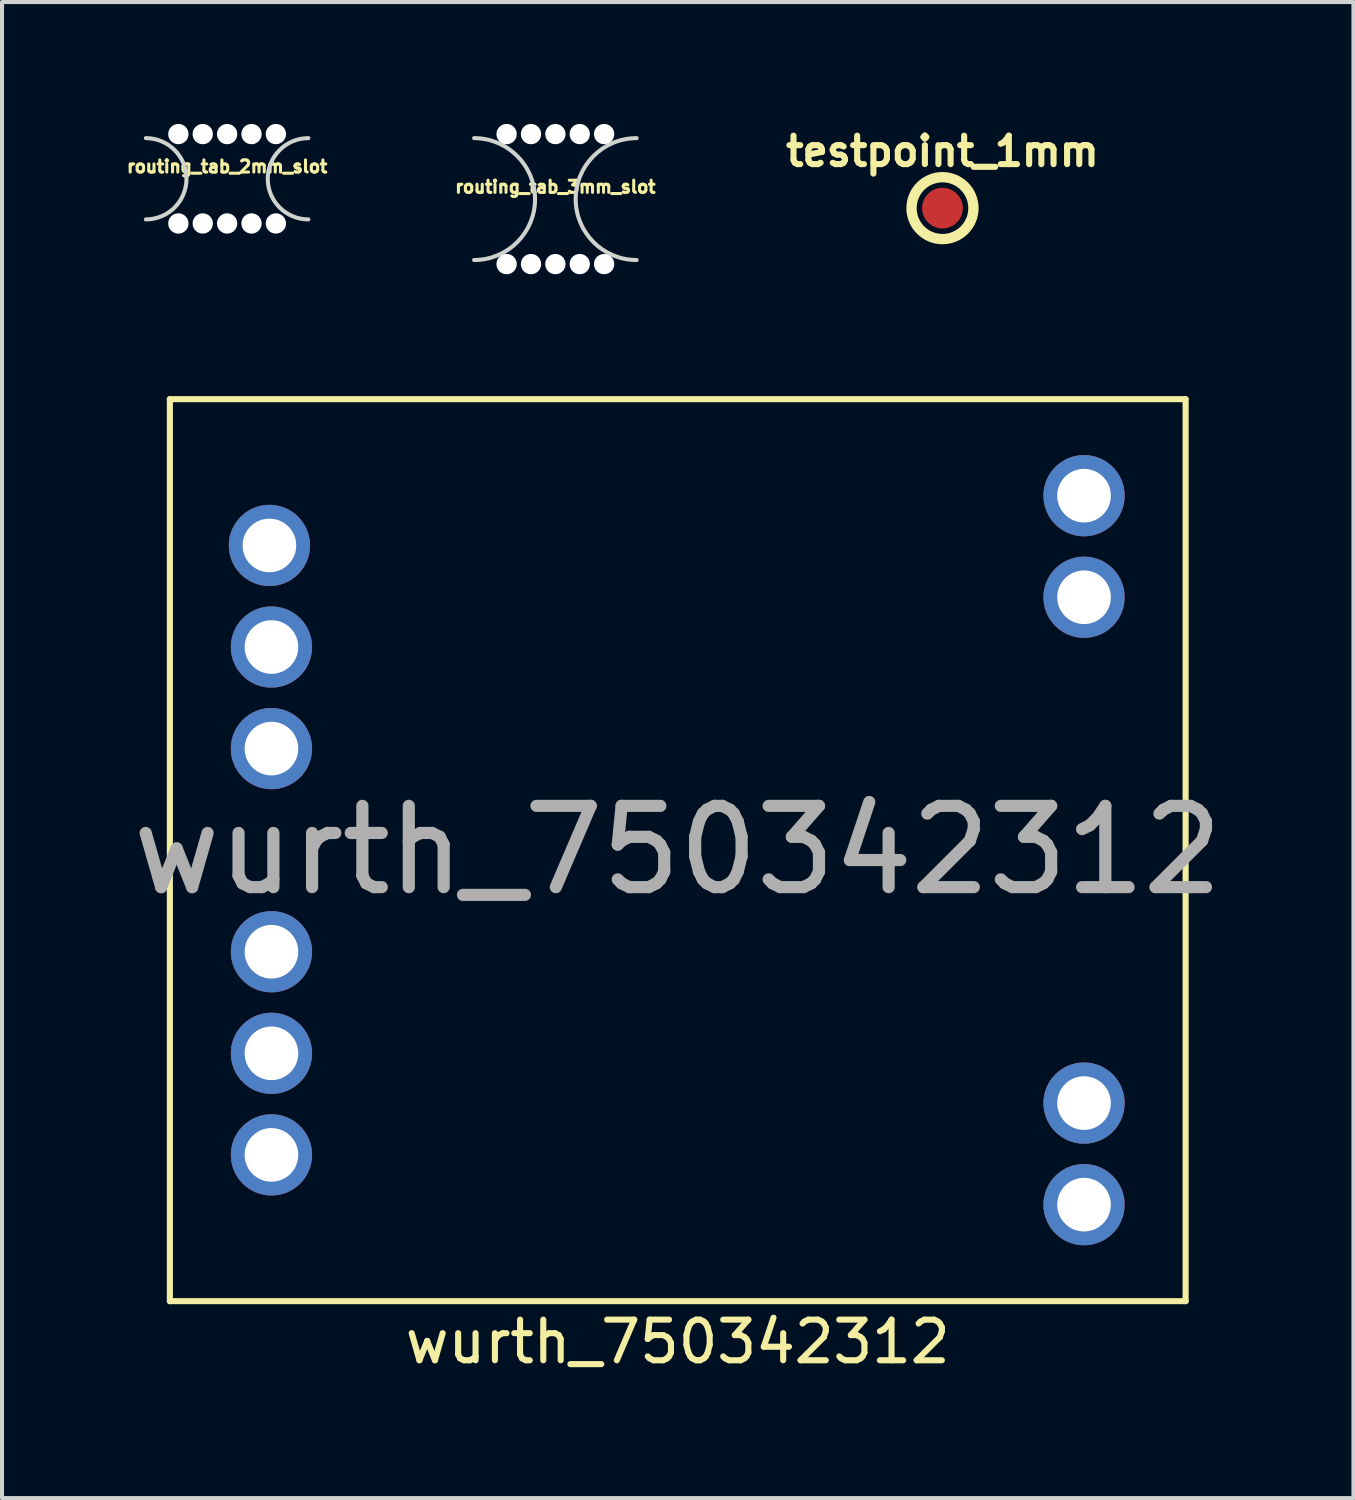
<source format=kicad_pcb>
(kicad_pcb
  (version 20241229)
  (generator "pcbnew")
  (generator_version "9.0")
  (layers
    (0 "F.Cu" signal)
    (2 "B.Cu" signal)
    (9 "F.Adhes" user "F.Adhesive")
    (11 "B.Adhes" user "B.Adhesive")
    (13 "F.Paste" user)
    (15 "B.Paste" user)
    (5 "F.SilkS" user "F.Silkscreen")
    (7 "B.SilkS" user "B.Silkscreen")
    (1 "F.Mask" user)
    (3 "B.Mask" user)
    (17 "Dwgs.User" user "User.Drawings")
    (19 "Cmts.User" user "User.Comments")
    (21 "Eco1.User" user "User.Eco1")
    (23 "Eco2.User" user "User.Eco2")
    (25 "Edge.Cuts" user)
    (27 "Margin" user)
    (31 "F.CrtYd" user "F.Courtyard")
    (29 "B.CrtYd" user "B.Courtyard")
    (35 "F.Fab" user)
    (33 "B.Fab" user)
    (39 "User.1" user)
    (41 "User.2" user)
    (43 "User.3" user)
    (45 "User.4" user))
  (footprint "wurth_750342312"
    (layer "F.Cu")
    (at 13.631 17.875)
    (property "Reference" "wurth_750342312" (at 0 12.1 0) (layer "F.SilkS") (effects (font (size 1 1) (thickness 0.15))))
    (attr through_hole)
    (fp_line (start -12.5 -11.1) (end -12.5 11.1) (stroke (width 0.15) (type solid)) (layer "F.SilkS"))
    (fp_line (start -12.5 11.1) (end 12.5 11.1) (stroke (width 0.15) (type solid)) (layer "F.SilkS"))
    (fp_line (start 12.5 -11.1) (end -12.5 -11.1) (stroke (width 0.15) (type solid)) (layer "F.SilkS"))
    (fp_line (start 12.5 11.1) (end 12.5 -11.1) (stroke (width 0.15) (type solid)) (layer "F.SilkS"))
    (fp_text user "${REFERENCE}" (at 0 0 0) (layer "F.Fab") (effects (font (size 2 2) (thickness 0.3))))
    (pad "1" thru_hole circle (at -10.05 -7.5) (size 2 2) (drill 1.32) (layers "*.Cu" "*.Mask"))
    (pad "2" thru_hole circle (at -10 -5) (size 2 2) (drill 1.32) (layers "*.Cu" "*.Mask"))
    (pad "3" thru_hole circle (at -10 -2.5) (size 2 2) (drill 1.32) (layers "*.Cu" "*.Mask"))
    (pad "4" thru_hole circle (at -10 2.5) (size 2 2) (drill 1.32) (layers "*.Cu" "*.Mask"))
    (pad "5" thru_hole circle (at -10 5) (size 2 2) (drill 1.32) (layers "*.Cu" "*.Mask"))
    (pad "6" thru_hole circle (at -10 7.5) (size 2 2) (drill 1.32) (layers "*.Cu" "*.Mask"))
    (pad "7" thru_hole circle (at 10 8.725) (size 2 2) (drill 1.32) (layers "*.Cu" "*.Mask"))
    (pad "8" thru_hole circle (at 10 6.225) (size 2 2) (drill 1.32) (layers "*.Cu" "*.Mask"))
    (pad "13" thru_hole circle (at 10 -6.225) (size 2 2) (drill 1.32) (layers "*.Cu" "*.Mask"))
    (pad "14" thru_hole circle (at 10 -8.725) (size 2 2) (drill 1.32) (layers "*.Cu" "*.Mask")))
  (footprint "routing_tab_2mm_slot"
    (layer "F.Cu")
    (at 2.54 1.35)
    (property "Reference" "routing_tab_2mm_slot" (at 0 -0.3 0) (layer "F.SilkS") (effects (font (size 0.3 0.3) (thickness 0.075))))
    (attr through_hole)
    (fp_arc (start -2 -1) (mid -1 0) (end -2 1) (stroke (width 0.1) (type solid)) (layer "Edge.Cuts"))
    (fp_arc (start 2 1) (mid 1 0) (end 2 -1) (stroke (width 0.1) (type solid)) (layer "Edge.Cuts"))
    (pad "" np_thru_hole circle (at -1.2 -1.1) (size 0.5 0.5) (drill 0.5) (layers "*.Cu" "*.Mask"))
    (pad "" np_thru_hole circle (at -1.2 1.1) (size 0.5 0.5) (drill 0.5) (layers "*.Cu" "*.Mask"))
    (pad "" np_thru_hole circle (at -0.6 -1.1) (size 0.5 0.5) (drill 0.5) (layers "*.Cu" "*.Mask"))
    (pad "" np_thru_hole circle (at -0.6 1.1) (size 0.5 0.5) (drill 0.5) (layers "*.Cu" "*.Mask"))
    (pad "" np_thru_hole circle (at 0 -1.1) (size 0.5 0.5) (drill 0.5) (layers "*.Cu" "*.Mask"))
    (pad "" np_thru_hole circle (at 0 1.1) (size 0.5 0.5) (drill 0.5) (layers "*.Cu" "*.Mask"))
    (pad "" np_thru_hole circle (at 0.6 -1.1) (size 0.5 0.5) (drill 0.5) (layers "*.Cu" "*.Mask"))
    (pad "" np_thru_hole circle (at 0.6 1.1) (size 0.5 0.5) (drill 0.5) (layers "*.Cu" "*.Mask"))
    (pad "" np_thru_hole circle (at 1.2 -1.1) (size 0.5 0.5) (drill 0.5) (layers "*.Cu" "*.Mask"))
    (pad "" np_thru_hole circle (at 1.2 1.1) (size 0.5 0.5) (drill 0.5) (layers "*.Cu" "*.Mask")))
  (footprint "testpoint_1mm"
    (layer "F.Cu")
    (at 20.147 2.073)
    (property "Reference" "testpoint_1mm" (at 0 -1.4 0) (layer "F.SilkS") (effects (font (size 0.7 0.7) (thickness 0.15))))
    (attr exclude_from_pos_files exclude_from_bom)
    (fp_circle (center 0 0) (end 0.762 0) (stroke (width 0.254) (type solid)) (fill no) (layer "F.SilkS"))
    (pad "1" smd circle (at 0 0) (size 1.001 1.001) (layers "F.Cu" "F.Mask")))
  (footprint "routing_tab_3mm_slot"
    (layer "F.Cu")
    (at 10.619 1.85)
    (property "Reference" "routing_tab_3mm_slot" (at 0 -0.3 0) (layer "F.SilkS") (effects (font (size 0.3 0.3) (thickness 0.075))))
    (attr through_hole)
    (fp_arc (start -2 -1.5) (mid -0.5 0) (end -2 1.5) (stroke (width 0.1) (type solid)) (layer "Edge.Cuts"))
    (fp_arc (start 2 1.5) (mid 0.5 0) (end 2 -1.5) (stroke (width 0.1) (type solid)) (layer "Edge.Cuts"))
    (pad "" np_thru_hole circle (at -1.2 -1.6) (size 0.5 0.5) (drill 0.5) (layers "*.Cu" "*.Mask"))
    (pad "" np_thru_hole circle (at -1.2 1.6) (size 0.5 0.5) (drill 0.5) (layers "*.Cu" "*.Mask"))
    (pad "" np_thru_hole circle (at -0.6 -1.6) (size 0.5 0.5) (drill 0.5) (layers "*.Cu" "*.Mask"))
    (pad "" np_thru_hole circle (at -0.6 1.6) (size 0.5 0.5) (drill 0.5) (layers "*.Cu" "*.Mask"))
    (pad "" np_thru_hole circle (at 0 -1.6) (size 0.5 0.5) (drill 0.5) (layers "*.Cu" "*.Mask"))
    (pad "" np_thru_hole circle (at 0 1.6) (size 0.5 0.5) (drill 0.5) (layers "*.Cu" "*.Mask"))
    (pad "" np_thru_hole circle (at 0.6 -1.6) (size 0.5 0.5) (drill 0.5) (layers "*.Cu" "*.Mask"))
    (pad "" np_thru_hole circle (at 0.6 1.6) (size 0.5 0.5) (drill 0.5) (layers "*.Cu" "*.Mask"))
    (pad "" np_thru_hole circle (at 1.2 -1.6) (size 0.5 0.5) (drill 0.5) (layers "*.Cu" "*.Mask"))
    (pad "" np_thru_hole circle (at 1.2 1.6) (size 0.5 0.5) (drill 0.5) (layers "*.Cu" "*.Mask")))
  (gr_rect
    (start -3 -3)
    (end 30.262 33.823)
    (stroke (width 0.1) (type default))
    (fill no)
    (layer "Edge.Cuts")))
</source>
